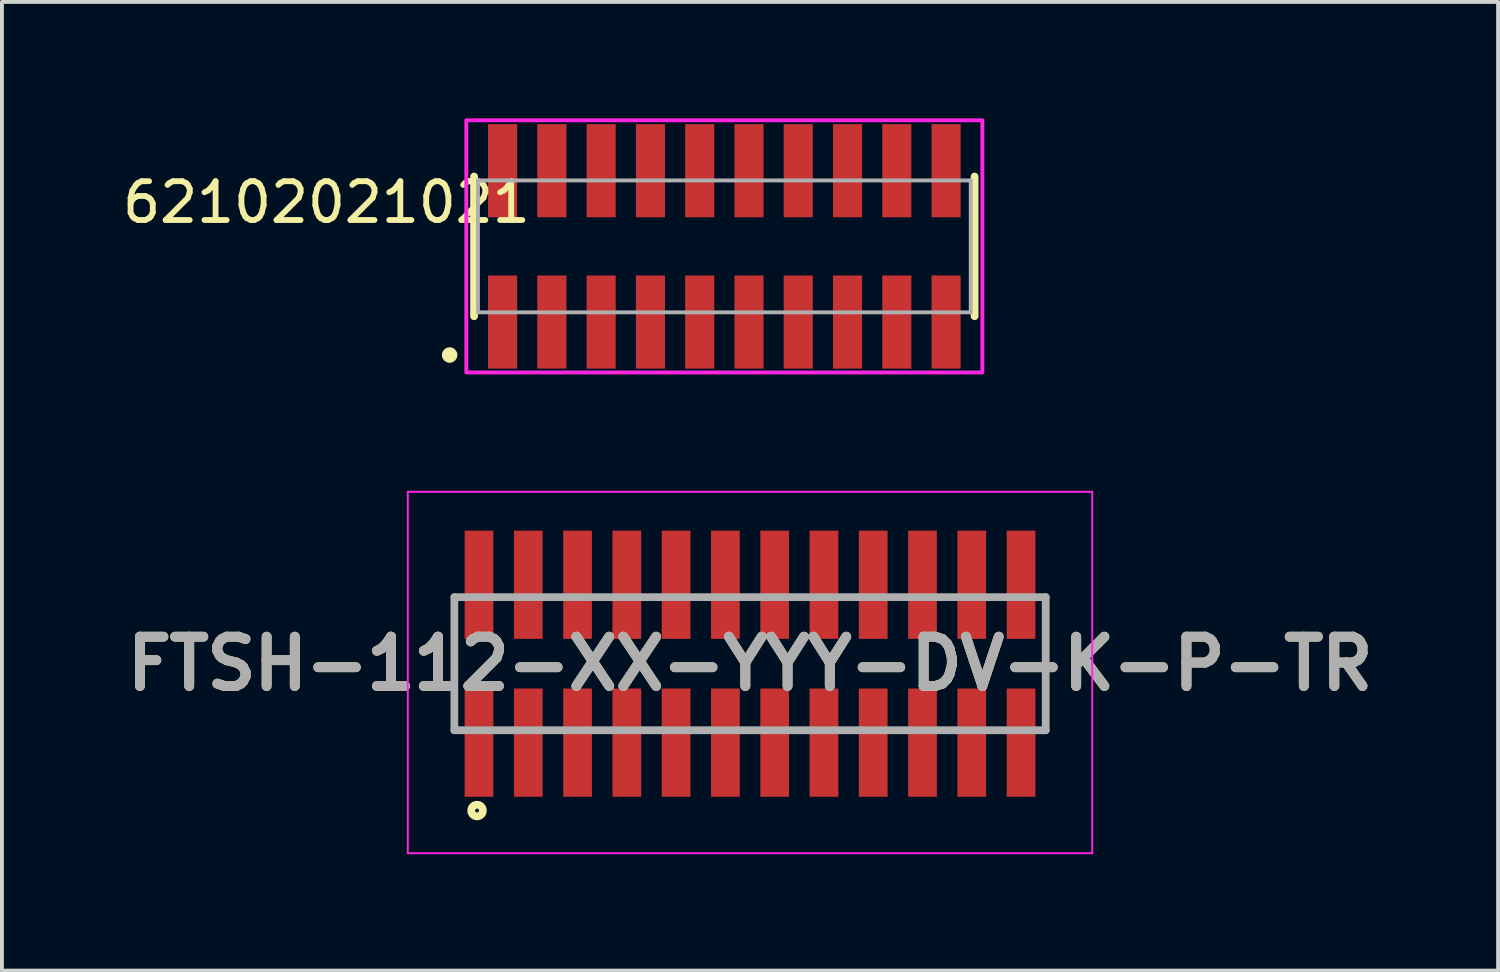
<source format=kicad_pcb>
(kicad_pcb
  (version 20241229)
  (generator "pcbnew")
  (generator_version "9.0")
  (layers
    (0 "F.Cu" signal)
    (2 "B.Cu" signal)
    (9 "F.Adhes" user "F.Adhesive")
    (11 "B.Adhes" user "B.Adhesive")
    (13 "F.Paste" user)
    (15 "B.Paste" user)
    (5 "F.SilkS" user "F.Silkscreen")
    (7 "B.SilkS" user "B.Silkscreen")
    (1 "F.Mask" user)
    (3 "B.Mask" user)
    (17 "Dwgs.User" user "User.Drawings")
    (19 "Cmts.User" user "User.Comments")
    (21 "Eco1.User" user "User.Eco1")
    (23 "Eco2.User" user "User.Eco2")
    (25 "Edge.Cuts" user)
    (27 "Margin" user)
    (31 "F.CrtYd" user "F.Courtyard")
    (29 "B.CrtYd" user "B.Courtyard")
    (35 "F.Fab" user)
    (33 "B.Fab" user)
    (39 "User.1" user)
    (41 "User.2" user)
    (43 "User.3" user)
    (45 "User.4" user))
  (footprint "FTSH-112-XX-YYY-DV-K-P-TR"
    (layer "F.Cu")
    (at 16.28 14.055)
    (property "Reference" "FTSH-112-XX-YYY-DV-K-P-TR" (at 0 0 0) (layer "F.SilkS") (effects (font (size 1.27 1.27) (thickness 0.254))))
    (attr smd)
    (fp_line (start -7.62 1.715) (end -7.62 -1.715) (stroke (width 0.1) (type solid)) (layer "F.SilkS"))
    (fp_line (start 7.62 -1.715) (end 7.62 1.715) (stroke (width 0.1) (type solid)) (layer "F.SilkS"))
    (fp_circle (center -7.035 3.785) (end -7.035 3.835) (stroke (width 0.2) (type solid)) (fill no) (layer "F.SilkS"))
    (fp_line (start -8.82 -4.43) (end 8.82 -4.43) (stroke (width 0.05) (type solid)) (layer "F.CrtYd"))
    (fp_line (start -8.82 4.885) (end -8.82 -4.43) (stroke (width 0.05) (type solid)) (layer "F.CrtYd"))
    (fp_line (start 8.82 -4.43) (end 8.82 4.885) (stroke (width 0.05) (type solid)) (layer "F.CrtYd"))
    (fp_line (start 8.82 4.885) (end -8.82 4.885) (stroke (width 0.05) (type solid)) (layer "F.CrtYd"))
    (fp_line (start -7.62 -1.715) (end 7.62 -1.715) (stroke (width 0.2) (type solid)) (layer "F.Fab"))
    (fp_line (start -7.62 1.715) (end -7.62 -1.715) (stroke (width 0.2) (type solid)) (layer "F.Fab"))
    (fp_line (start 7.62 -1.715) (end 7.62 1.715) (stroke (width 0.2) (type solid)) (layer "F.Fab"))
    (fp_line (start 7.62 1.715) (end -7.62 1.715) (stroke (width 0.2) (type solid)) (layer "F.Fab"))
    (fp_text user "${REFERENCE}" (at 0 0 0) (layer "F.Fab") (effects (font (size 1.27 1.27) (thickness 0.254))))
    (pad "1" smd rect (at -6.985 2.035) (size 0.74 2.79) (layers "F.Cu" "F.Mask" "F.Paste"))
    (pad "2" smd rect (at -6.985 -2.035) (size 0.74 2.79) (layers "F.Cu" "F.Mask" "F.Paste"))
    (pad "3" smd rect (at -5.715 2.035) (size 0.74 2.79) (layers "F.Cu" "F.Mask" "F.Paste"))
    (pad "4" smd rect (at -5.715 -2.035) (size 0.74 2.79) (layers "F.Cu" "F.Mask" "F.Paste"))
    (pad "5" smd rect (at -4.445 2.035) (size 0.74 2.79) (layers "F.Cu" "F.Mask" "F.Paste"))
    (pad "6" smd rect (at -4.445 -2.035) (size 0.74 2.79) (layers "F.Cu" "F.Mask" "F.Paste"))
    (pad "7" smd rect (at -3.175 2.035) (size 0.74 2.79) (layers "F.Cu" "F.Mask" "F.Paste"))
    (pad "8" smd rect (at -3.175 -2.035) (size 0.74 2.79) (layers "F.Cu" "F.Mask" "F.Paste"))
    (pad "9" smd rect (at -1.905 2.035) (size 0.74 2.79) (layers "F.Cu" "F.Mask" "F.Paste"))
    (pad "10" smd rect (at -1.905 -2.035) (size 0.74 2.79) (layers "F.Cu" "F.Mask" "F.Paste"))
    (pad "11" smd rect (at -0.635 2.035) (size 0.74 2.79) (layers "F.Cu" "F.Mask" "F.Paste"))
    (pad "12" smd rect (at -0.635 -2.035) (size 0.74 2.79) (layers "F.Cu" "F.Mask" "F.Paste"))
    (pad "13" smd rect (at 0.635 2.035) (size 0.74 2.79) (layers "F.Cu" "F.Mask" "F.Paste"))
    (pad "14" smd rect (at 0.635 -2.035) (size 0.74 2.79) (layers "F.Cu" "F.Mask" "F.Paste"))
    (pad "15" smd rect (at 1.905 2.035) (size 0.74 2.79) (layers "F.Cu" "F.Mask" "F.Paste"))
    (pad "16" smd rect (at 1.905 -2.035) (size 0.74 2.79) (layers "F.Cu" "F.Mask" "F.Paste"))
    (pad "17" smd rect (at 3.175 2.035) (size 0.74 2.79) (layers "F.Cu" "F.Mask" "F.Paste"))
    (pad "18" smd rect (at 3.175 -2.035) (size 0.74 2.79) (layers "F.Cu" "F.Mask" "F.Paste"))
    (pad "19" smd rect (at 4.445 2.035) (size 0.74 2.79) (layers "F.Cu" "F.Mask" "F.Paste"))
    (pad "20" smd rect (at 4.445 -2.035) (size 0.74 2.79) (layers "F.Cu" "F.Mask" "F.Paste"))
    (pad "21" smd rect (at 5.715 2.035) (size 0.74 2.79) (layers "F.Cu" "F.Mask" "F.Paste"))
    (pad "22" smd rect (at 5.715 -2.035) (size 0.74 2.79) (layers "F.Cu" "F.Mask" "F.Paste"))
    (pad "23" smd rect (at 6.985 2.035) (size 0.74 2.79) (layers "F.Cu" "F.Mask" "F.Paste"))
    (pad "24" smd rect (at 6.985 -2.035) (size 0.74 2.79) (layers "F.Cu" "F.Mask" "F.Paste")))
  (footprint "62102021021"
    (layer "F.Cu")
    (at 15.618 3.3)
    (property "Reference" "62102021021" (at -10.255 -1.135 0) (layer "F.SilkS") (effects (font (size 1 1) (thickness 0.15))))
    (attr smd)
    (fp_line (start -6.45 -1.8) (end -6.45 1.8) (stroke (width 0.2) (type solid)) (layer "F.SilkS"))
    (fp_line (start 6.45 1.8) (end 6.45 -1.8) (stroke (width 0.2) (type solid)) (layer "F.SilkS"))
    (fp_circle (center -7.08 2.8) (end -6.98 2.8) (stroke (width 0.2) (type solid)) (fill no) (layer "F.SilkS"))
    (fp_poly (pts (xy -6.65 -3.25) (xy 6.65 -3.25) (xy 6.65 3.25) (xy -6.65 3.25)) (stroke (width 0.1) (type solid)) (fill no) (layer "F.CrtYd"))
    (fp_line (start -6.35 -1.7) (end -6.35 1.7) (stroke (width 0.1) (type solid)) (layer "F.Fab"))
    (fp_line (start -6.35 1.7) (end 6.35 1.7) (stroke (width 0.1) (type solid)) (layer "F.Fab"))
    (fp_line (start 6.35 -1.7) (end -6.35 -1.7) (stroke (width 0.1) (type solid)) (layer "F.Fab"))
    (fp_line (start 6.35 1.7) (end 6.35 -1.7) (stroke (width 0.1) (type solid)) (layer "F.Fab"))
    (pad "1" smd rect (at -5.715 1.95) (size 0.75 2.4) (layers "F.Cu" "F.Mask" "F.Paste"))
    (pad "2" smd rect (at -5.715 -1.95) (size 0.75 2.4) (layers "F.Cu" "F.Mask" "F.Paste"))
    (pad "3" smd rect (at -4.445 1.95) (size 0.75 2.4) (layers "F.Cu" "F.Mask" "F.Paste"))
    (pad "4" smd rect (at -4.445 -1.95) (size 0.75 2.4) (layers "F.Cu" "F.Mask" "F.Paste"))
    (pad "5" smd rect (at -3.175 1.95) (size 0.75 2.4) (layers "F.Cu" "F.Mask" "F.Paste"))
    (pad "6" smd rect (at -3.175 -1.95) (size 0.75 2.4) (layers "F.Cu" "F.Mask" "F.Paste"))
    (pad "7" smd rect (at -1.905 1.95) (size 0.75 2.4) (layers "F.Cu" "F.Mask" "F.Paste"))
    (pad "8" smd rect (at -1.905 -1.95) (size 0.75 2.4) (layers "F.Cu" "F.Mask" "F.Paste"))
    (pad "9" smd rect (at -0.635 1.95) (size 0.75 2.4) (layers "F.Cu" "F.Mask" "F.Paste"))
    (pad "10" smd rect (at -0.635 -1.95) (size 0.75 2.4) (layers "F.Cu" "F.Mask" "F.Paste"))
    (pad "11" smd rect (at 0.635 1.95) (size 0.75 2.4) (layers "F.Cu" "F.Mask" "F.Paste"))
    (pad "12" smd rect (at 0.635 -1.95) (size 0.75 2.4) (layers "F.Cu" "F.Mask" "F.Paste"))
    (pad "13" smd rect (at 1.905 1.95) (size 0.75 2.4) (layers "F.Cu" "F.Mask" "F.Paste"))
    (pad "14" smd rect (at 1.905 -1.95) (size 0.75 2.4) (layers "F.Cu" "F.Mask" "F.Paste"))
    (pad "15" smd rect (at 3.175 1.95) (size 0.75 2.4) (layers "F.Cu" "F.Mask" "F.Paste"))
    (pad "16" smd rect (at 3.175 -1.95) (size 0.75 2.4) (layers "F.Cu" "F.Mask" "F.Paste"))
    (pad "17" smd rect (at 4.445 1.95) (size 0.75 2.4) (layers "F.Cu" "F.Mask" "F.Paste"))
    (pad "18" smd rect (at 4.445 -1.95) (size 0.75 2.4) (layers "F.Cu" "F.Mask" "F.Paste"))
    (pad "19" smd rect (at 5.715 1.95) (size 0.75 2.4) (layers "F.Cu" "F.Mask" "F.Paste"))
    (pad "20" smd rect (at 5.715 -1.95) (size 0.75 2.4) (layers "F.Cu" "F.Mask" "F.Paste")))
  (gr_rect
    (start -3 -3)
    (end 35.56 21.965)
    (stroke (width 0.1) (type default))
    (fill no)
    (layer "Edge.Cuts")))
</source>
